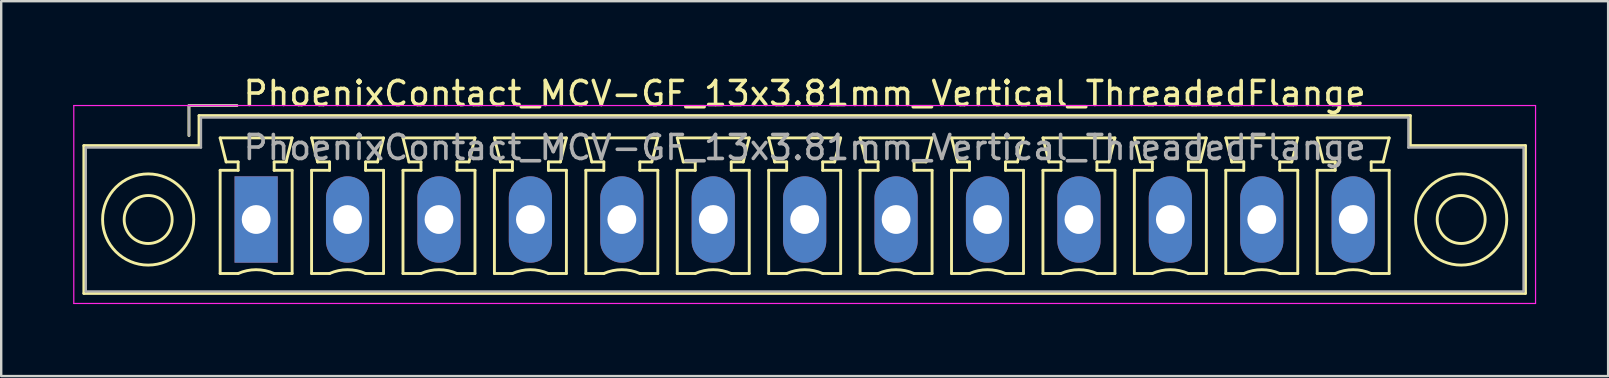
<source format=kicad_pcb>
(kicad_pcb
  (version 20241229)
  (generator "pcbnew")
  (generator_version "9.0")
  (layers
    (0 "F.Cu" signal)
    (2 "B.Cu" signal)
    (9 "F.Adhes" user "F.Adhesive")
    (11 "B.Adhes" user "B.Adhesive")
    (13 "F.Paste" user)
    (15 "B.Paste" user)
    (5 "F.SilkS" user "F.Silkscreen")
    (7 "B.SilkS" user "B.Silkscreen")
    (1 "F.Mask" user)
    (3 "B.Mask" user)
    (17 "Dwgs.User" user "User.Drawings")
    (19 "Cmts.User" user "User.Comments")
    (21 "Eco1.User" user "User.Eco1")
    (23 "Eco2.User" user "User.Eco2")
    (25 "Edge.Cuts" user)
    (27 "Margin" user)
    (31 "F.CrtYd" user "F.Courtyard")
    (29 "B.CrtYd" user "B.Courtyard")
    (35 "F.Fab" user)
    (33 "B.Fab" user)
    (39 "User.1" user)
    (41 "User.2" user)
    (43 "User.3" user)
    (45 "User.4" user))
  (footprint "PhoenixContact_MCV-GF_13x3.81mm_Vertical_ThreadedFlange"
    (layer "F.Cu")
    (at 7.625 6.098)
    (property "Reference" "PhoenixContact_MCV-GF_13x3.81mm_Vertical_ThreadedFlange" (at 22.86 -5.25 0) (layer "F.SilkS") (effects (font (size 1 1) (thickness 0.15))))
    (attr through_hole)
    (fp_line (start -7.18 -3.08) (end -7.18 3.08) (stroke (width 0.12) (type solid)) (layer "F.SilkS"))
    (fp_line (start -7.18 3.08) (end 52.9 3.08) (stroke (width 0.12) (type solid)) (layer "F.SilkS"))
    (fp_line (start -2.8 -4.75) (end -0.8 -4.75) (stroke (width 0.12) (type solid)) (layer "F.SilkS"))
    (fp_line (start -2.8 -3.5) (end -2.8 -4.75) (stroke (width 0.12) (type solid)) (layer "F.SilkS"))
    (fp_line (start -2.38 -4.33) (end -2.38 -3.08) (stroke (width 0.12) (type solid)) (layer "F.SilkS"))
    (fp_line (start -2.38 -3.08) (end -7.18 -3.08) (stroke (width 0.12) (type solid)) (layer "F.SilkS"))
    (fp_line (start -1.5 -3.4) (end 1.5 -3.4) (stroke (width 0.12) (type solid)) (layer "F.SilkS"))
    (fp_line (start -1.5 -2.05) (end -0.75 -2.05) (stroke (width 0.12) (type solid)) (layer "F.SilkS"))
    (fp_line (start -1.5 2.25) (end -1.5 -2.05) (stroke (width 0.12) (type solid)) (layer "F.SilkS"))
    (fp_line (start -1.25 -2.4) (end -1.5 -3.4) (stroke (width 0.12) (type solid)) (layer "F.SilkS"))
    (fp_line (start -0.75 -2.4) (end -1.25 -2.4) (stroke (width 0.12) (type solid)) (layer "F.SilkS"))
    (fp_line (start -0.75 -2.05) (end -0.75 -2.4) (stroke (width 0.12) (type solid)) (layer "F.SilkS"))
    (fp_line (start -0.75 2.25) (end -1.5 2.25) (stroke (width 0.12) (type solid)) (layer "F.SilkS"))
    (fp_line (start 0.75 -2.4) (end 0.75 -2.05) (stroke (width 0.12) (type solid)) (layer "F.SilkS"))
    (fp_line (start 0.75 -2.05) (end 1.5 -2.05) (stroke (width 0.12) (type solid)) (layer "F.SilkS"))
    (fp_line (start 1.25 -2.4) (end 0.75 -2.4) (stroke (width 0.12) (type solid)) (layer "F.SilkS"))
    (fp_line (start 1.5 -3.4) (end 1.25 -2.4) (stroke (width 0.12) (type solid)) (layer "F.SilkS"))
    (fp_line (start 1.5 -2.05) (end 1.5 2.25) (stroke (width 0.12) (type solid)) (layer "F.SilkS"))
    (fp_line (start 1.5 2.25) (end 0.75 2.25) (stroke (width 0.12) (type solid)) (layer "F.SilkS"))
    (fp_line (start 2.31 -3.4) (end 5.31 -3.4) (stroke (width 0.12) (type solid)) (layer "F.SilkS"))
    (fp_line (start 2.31 -2.05) (end 3.06 -2.05) (stroke (width 0.12) (type solid)) (layer "F.SilkS"))
    (fp_line (start 2.31 2.25) (end 2.31 -2.05) (stroke (width 0.12) (type solid)) (layer "F.SilkS"))
    (fp_line (start 2.56 -2.4) (end 2.31 -3.4) (stroke (width 0.12) (type solid)) (layer "F.SilkS"))
    (fp_line (start 3.06 -2.4) (end 2.56 -2.4) (stroke (width 0.12) (type solid)) (layer "F.SilkS"))
    (fp_line (start 3.06 -2.05) (end 3.06 -2.4) (stroke (width 0.12) (type solid)) (layer "F.SilkS"))
    (fp_line (start 3.06 2.25) (end 2.31 2.25) (stroke (width 0.12) (type solid)) (layer "F.SilkS"))
    (fp_line (start 4.56 -2.4) (end 4.56 -2.05) (stroke (width 0.12) (type solid)) (layer "F.SilkS"))
    (fp_line (start 4.56 -2.05) (end 5.31 -2.05) (stroke (width 0.12) (type solid)) (layer "F.SilkS"))
    (fp_line (start 5.06 -2.4) (end 4.56 -2.4) (stroke (width 0.12) (type solid)) (layer "F.SilkS"))
    (fp_line (start 5.31 -3.4) (end 5.06 -2.4) (stroke (width 0.12) (type solid)) (layer "F.SilkS"))
    (fp_line (start 5.31 -2.05) (end 5.31 2.25) (stroke (width 0.12) (type solid)) (layer "F.SilkS"))
    (fp_line (start 5.31 2.25) (end 4.56 2.25) (stroke (width 0.12) (type solid)) (layer "F.SilkS"))
    (fp_line (start 6.12 -3.4) (end 9.12 -3.4) (stroke (width 0.12) (type solid)) (layer "F.SilkS"))
    (fp_line (start 6.12 -2.05) (end 6.87 -2.05) (stroke (width 0.12) (type solid)) (layer "F.SilkS"))
    (fp_line (start 6.12 2.25) (end 6.12 -2.05) (stroke (width 0.12) (type solid)) (layer "F.SilkS"))
    (fp_line (start 6.37 -2.4) (end 6.12 -3.4) (stroke (width 0.12) (type solid)) (layer "F.SilkS"))
    (fp_line (start 6.87 -2.4) (end 6.37 -2.4) (stroke (width 0.12) (type solid)) (layer "F.SilkS"))
    (fp_line (start 6.87 -2.05) (end 6.87 -2.4) (stroke (width 0.12) (type solid)) (layer "F.SilkS"))
    (fp_line (start 6.87 2.25) (end 6.12 2.25) (stroke (width 0.12) (type solid)) (layer "F.SilkS"))
    (fp_line (start 8.37 -2.4) (end 8.37 -2.05) (stroke (width 0.12) (type solid)) (layer "F.SilkS"))
    (fp_line (start 8.37 -2.05) (end 9.12 -2.05) (stroke (width 0.12) (type solid)) (layer "F.SilkS"))
    (fp_line (start 8.87 -2.4) (end 8.37 -2.4) (stroke (width 0.12) (type solid)) (layer "F.SilkS"))
    (fp_line (start 9.12 -3.4) (end 8.87 -2.4) (stroke (width 0.12) (type solid)) (layer "F.SilkS"))
    (fp_line (start 9.12 -2.05) (end 9.12 2.25) (stroke (width 0.12) (type solid)) (layer "F.SilkS"))
    (fp_line (start 9.12 2.25) (end 8.37 2.25) (stroke (width 0.12) (type solid)) (layer "F.SilkS"))
    (fp_line (start 9.93 -3.4) (end 12.93 -3.4) (stroke (width 0.12) (type solid)) (layer "F.SilkS"))
    (fp_line (start 9.93 -2.05) (end 10.68 -2.05) (stroke (width 0.12) (type solid)) (layer "F.SilkS"))
    (fp_line (start 9.93 2.25) (end 9.93 -2.05) (stroke (width 0.12) (type solid)) (layer "F.SilkS"))
    (fp_line (start 10.18 -2.4) (end 9.93 -3.4) (stroke (width 0.12) (type solid)) (layer "F.SilkS"))
    (fp_line (start 10.68 -2.4) (end 10.18 -2.4) (stroke (width 0.12) (type solid)) (layer "F.SilkS"))
    (fp_line (start 10.68 -2.05) (end 10.68 -2.4) (stroke (width 0.12) (type solid)) (layer "F.SilkS"))
    (fp_line (start 10.68 2.25) (end 9.93 2.25) (stroke (width 0.12) (type solid)) (layer "F.SilkS"))
    (fp_line (start 12.18 -2.4) (end 12.18 -2.05) (stroke (width 0.12) (type solid)) (layer "F.SilkS"))
    (fp_line (start 12.18 -2.05) (end 12.93 -2.05) (stroke (width 0.12) (type solid)) (layer "F.SilkS"))
    (fp_line (start 12.68 -2.4) (end 12.18 -2.4) (stroke (width 0.12) (type solid)) (layer "F.SilkS"))
    (fp_line (start 12.93 -3.4) (end 12.68 -2.4) (stroke (width 0.12) (type solid)) (layer "F.SilkS"))
    (fp_line (start 12.93 -2.05) (end 12.93 2.25) (stroke (width 0.12) (type solid)) (layer "F.SilkS"))
    (fp_line (start 12.93 2.25) (end 12.18 2.25) (stroke (width 0.12) (type solid)) (layer "F.SilkS"))
    (fp_line (start 13.74 -3.4) (end 16.74 -3.4) (stroke (width 0.12) (type solid)) (layer "F.SilkS"))
    (fp_line (start 13.74 -2.05) (end 14.49 -2.05) (stroke (width 0.12) (type solid)) (layer "F.SilkS"))
    (fp_line (start 13.74 2.25) (end 13.74 -2.05) (stroke (width 0.12) (type solid)) (layer "F.SilkS"))
    (fp_line (start 13.99 -2.4) (end 13.74 -3.4) (stroke (width 0.12) (type solid)) (layer "F.SilkS"))
    (fp_line (start 14.49 -2.4) (end 13.99 -2.4) (stroke (width 0.12) (type solid)) (layer "F.SilkS"))
    (fp_line (start 14.49 -2.05) (end 14.49 -2.4) (stroke (width 0.12) (type solid)) (layer "F.SilkS"))
    (fp_line (start 14.49 2.25) (end 13.74 2.25) (stroke (width 0.12) (type solid)) (layer "F.SilkS"))
    (fp_line (start 15.99 -2.4) (end 15.99 -2.05) (stroke (width 0.12) (type solid)) (layer "F.SilkS"))
    (fp_line (start 15.99 -2.05) (end 16.74 -2.05) (stroke (width 0.12) (type solid)) (layer "F.SilkS"))
    (fp_line (start 16.49 -2.4) (end 15.99 -2.4) (stroke (width 0.12) (type solid)) (layer "F.SilkS"))
    (fp_line (start 16.74 -3.4) (end 16.49 -2.4) (stroke (width 0.12) (type solid)) (layer "F.SilkS"))
    (fp_line (start 16.74 -2.05) (end 16.74 2.25) (stroke (width 0.12) (type solid)) (layer "F.SilkS"))
    (fp_line (start 16.74 2.25) (end 15.99 2.25) (stroke (width 0.12) (type solid)) (layer "F.SilkS"))
    (fp_line (start 17.55 -3.4) (end 20.55 -3.4) (stroke (width 0.12) (type solid)) (layer "F.SilkS"))
    (fp_line (start 17.55 -2.05) (end 18.3 -2.05) (stroke (width 0.12) (type solid)) (layer "F.SilkS"))
    (fp_line (start 17.55 2.25) (end 17.55 -2.05) (stroke (width 0.12) (type solid)) (layer "F.SilkS"))
    (fp_line (start 17.8 -2.4) (end 17.55 -3.4) (stroke (width 0.12) (type solid)) (layer "F.SilkS"))
    (fp_line (start 18.3 -2.4) (end 17.8 -2.4) (stroke (width 0.12) (type solid)) (layer "F.SilkS"))
    (fp_line (start 18.3 -2.05) (end 18.3 -2.4) (stroke (width 0.12) (type solid)) (layer "F.SilkS"))
    (fp_line (start 18.3 2.25) (end 17.55 2.25) (stroke (width 0.12) (type solid)) (layer "F.SilkS"))
    (fp_line (start 19.8 -2.4) (end 19.8 -2.05) (stroke (width 0.12) (type solid)) (layer "F.SilkS"))
    (fp_line (start 19.8 -2.05) (end 20.55 -2.05) (stroke (width 0.12) (type solid)) (layer "F.SilkS"))
    (fp_line (start 20.3 -2.4) (end 19.8 -2.4) (stroke (width 0.12) (type solid)) (layer "F.SilkS"))
    (fp_line (start 20.55 -3.4) (end 20.3 -2.4) (stroke (width 0.12) (type solid)) (layer "F.SilkS"))
    (fp_line (start 20.55 -2.05) (end 20.55 2.25) (stroke (width 0.12) (type solid)) (layer "F.SilkS"))
    (fp_line (start 20.55 2.25) (end 19.8 2.25) (stroke (width 0.12) (type solid)) (layer "F.SilkS"))
    (fp_line (start 21.36 -3.4) (end 24.36 -3.4) (stroke (width 0.12) (type solid)) (layer "F.SilkS"))
    (fp_line (start 21.36 -2.05) (end 22.11 -2.05) (stroke (width 0.12) (type solid)) (layer "F.SilkS"))
    (fp_line (start 21.36 2.25) (end 21.36 -2.05) (stroke (width 0.12) (type solid)) (layer "F.SilkS"))
    (fp_line (start 21.61 -2.4) (end 21.36 -3.4) (stroke (width 0.12) (type solid)) (layer "F.SilkS"))
    (fp_line (start 22.11 -2.4) (end 21.61 -2.4) (stroke (width 0.12) (type solid)) (layer "F.SilkS"))
    (fp_line (start 22.11 -2.05) (end 22.11 -2.4) (stroke (width 0.12) (type solid)) (layer "F.SilkS"))
    (fp_line (start 22.11 2.25) (end 21.36 2.25) (stroke (width 0.12) (type solid)) (layer "F.SilkS"))
    (fp_line (start 23.61 -2.4) (end 23.61 -2.05) (stroke (width 0.12) (type solid)) (layer "F.SilkS"))
    (fp_line (start 23.61 -2.05) (end 24.36 -2.05) (stroke (width 0.12) (type solid)) (layer "F.SilkS"))
    (fp_line (start 24.11 -2.4) (end 23.61 -2.4) (stroke (width 0.12) (type solid)) (layer "F.SilkS"))
    (fp_line (start 24.36 -3.4) (end 24.11 -2.4) (stroke (width 0.12) (type solid)) (layer "F.SilkS"))
    (fp_line (start 24.36 -2.05) (end 24.36 2.25) (stroke (width 0.12) (type solid)) (layer "F.SilkS"))
    (fp_line (start 24.36 2.25) (end 23.61 2.25) (stroke (width 0.12) (type solid)) (layer "F.SilkS"))
    (fp_line (start 25.17 -3.4) (end 28.17 -3.4) (stroke (width 0.12) (type solid)) (layer "F.SilkS"))
    (fp_line (start 25.17 -2.05) (end 25.92 -2.05) (stroke (width 0.12) (type solid)) (layer "F.SilkS"))
    (fp_line (start 25.17 2.25) (end 25.17 -2.05) (stroke (width 0.12) (type solid)) (layer "F.SilkS"))
    (fp_line (start 25.42 -2.4) (end 25.17 -3.4) (stroke (width 0.12) (type solid)) (layer "F.SilkS"))
    (fp_line (start 25.92 -2.4) (end 25.42 -2.4) (stroke (width 0.12) (type solid)) (layer "F.SilkS"))
    (fp_line (start 25.92 -2.05) (end 25.92 -2.4) (stroke (width 0.12) (type solid)) (layer "F.SilkS"))
    (fp_line (start 25.92 2.25) (end 25.17 2.25) (stroke (width 0.12) (type solid)) (layer "F.SilkS"))
    (fp_line (start 27.42 -2.4) (end 27.42 -2.05) (stroke (width 0.12) (type solid)) (layer "F.SilkS"))
    (fp_line (start 27.42 -2.05) (end 28.17 -2.05) (stroke (width 0.12) (type solid)) (layer "F.SilkS"))
    (fp_line (start 27.92 -2.4) (end 27.42 -2.4) (stroke (width 0.12) (type solid)) (layer "F.SilkS"))
    (fp_line (start 28.17 -3.4) (end 27.92 -2.4) (stroke (width 0.12) (type solid)) (layer "F.SilkS"))
    (fp_line (start 28.17 -2.05) (end 28.17 2.25) (stroke (width 0.12) (type solid)) (layer "F.SilkS"))
    (fp_line (start 28.17 2.25) (end 27.42 2.25) (stroke (width 0.12) (type solid)) (layer "F.SilkS"))
    (fp_line (start 28.98 -3.4) (end 31.98 -3.4) (stroke (width 0.12) (type solid)) (layer "F.SilkS"))
    (fp_line (start 28.98 -2.05) (end 29.73 -2.05) (stroke (width 0.12) (type solid)) (layer "F.SilkS"))
    (fp_line (start 28.98 2.25) (end 28.98 -2.05) (stroke (width 0.12) (type solid)) (layer "F.SilkS"))
    (fp_line (start 29.23 -2.4) (end 28.98 -3.4) (stroke (width 0.12) (type solid)) (layer "F.SilkS"))
    (fp_line (start 29.73 -2.4) (end 29.23 -2.4) (stroke (width 0.12) (type solid)) (layer "F.SilkS"))
    (fp_line (start 29.73 -2.05) (end 29.73 -2.4) (stroke (width 0.12) (type solid)) (layer "F.SilkS"))
    (fp_line (start 29.73 2.25) (end 28.98 2.25) (stroke (width 0.12) (type solid)) (layer "F.SilkS"))
    (fp_line (start 31.23 -2.4) (end 31.23 -2.05) (stroke (width 0.12) (type solid)) (layer "F.SilkS"))
    (fp_line (start 31.23 -2.05) (end 31.98 -2.05) (stroke (width 0.12) (type solid)) (layer "F.SilkS"))
    (fp_line (start 31.73 -2.4) (end 31.23 -2.4) (stroke (width 0.12) (type solid)) (layer "F.SilkS"))
    (fp_line (start 31.98 -3.4) (end 31.73 -2.4) (stroke (width 0.12) (type solid)) (layer "F.SilkS"))
    (fp_line (start 31.98 -2.05) (end 31.98 2.25) (stroke (width 0.12) (type solid)) (layer "F.SilkS"))
    (fp_line (start 31.98 2.25) (end 31.23 2.25) (stroke (width 0.12) (type solid)) (layer "F.SilkS"))
    (fp_line (start 32.79 -3.4) (end 35.79 -3.4) (stroke (width 0.12) (type solid)) (layer "F.SilkS"))
    (fp_line (start 32.79 -2.05) (end 33.54 -2.05) (stroke (width 0.12) (type solid)) (layer "F.SilkS"))
    (fp_line (start 32.79 2.25) (end 32.79 -2.05) (stroke (width 0.12) (type solid)) (layer "F.SilkS"))
    (fp_line (start 33.04 -2.4) (end 32.79 -3.4) (stroke (width 0.12) (type solid)) (layer "F.SilkS"))
    (fp_line (start 33.54 -2.4) (end 33.04 -2.4) (stroke (width 0.12) (type solid)) (layer "F.SilkS"))
    (fp_line (start 33.54 -2.05) (end 33.54 -2.4) (stroke (width 0.12) (type solid)) (layer "F.SilkS"))
    (fp_line (start 33.54 2.25) (end 32.79 2.25) (stroke (width 0.12) (type solid)) (layer "F.SilkS"))
    (fp_line (start 35.04 -2.4) (end 35.04 -2.05) (stroke (width 0.12) (type solid)) (layer "F.SilkS"))
    (fp_line (start 35.04 -2.05) (end 35.79 -2.05) (stroke (width 0.12) (type solid)) (layer "F.SilkS"))
    (fp_line (start 35.54 -2.4) (end 35.04 -2.4) (stroke (width 0.12) (type solid)) (layer "F.SilkS"))
    (fp_line (start 35.79 -3.4) (end 35.54 -2.4) (stroke (width 0.12) (type solid)) (layer "F.SilkS"))
    (fp_line (start 35.79 -2.05) (end 35.79 2.25) (stroke (width 0.12) (type solid)) (layer "F.SilkS"))
    (fp_line (start 35.79 2.25) (end 35.04 2.25) (stroke (width 0.12) (type solid)) (layer "F.SilkS"))
    (fp_line (start 36.6 -3.4) (end 39.6 -3.4) (stroke (width 0.12) (type solid)) (layer "F.SilkS"))
    (fp_line (start 36.6 -2.05) (end 37.35 -2.05) (stroke (width 0.12) (type solid)) (layer "F.SilkS"))
    (fp_line (start 36.6 2.25) (end 36.6 -2.05) (stroke (width 0.12) (type solid)) (layer "F.SilkS"))
    (fp_line (start 36.85 -2.4) (end 36.6 -3.4) (stroke (width 0.12) (type solid)) (layer "F.SilkS"))
    (fp_line (start 37.35 -2.4) (end 36.85 -2.4) (stroke (width 0.12) (type solid)) (layer "F.SilkS"))
    (fp_line (start 37.35 -2.05) (end 37.35 -2.4) (stroke (width 0.12) (type solid)) (layer "F.SilkS"))
    (fp_line (start 37.35 2.25) (end 36.6 2.25) (stroke (width 0.12) (type solid)) (layer "F.SilkS"))
    (fp_line (start 38.85 -2.4) (end 38.85 -2.05) (stroke (width 0.12) (type solid)) (layer "F.SilkS"))
    (fp_line (start 38.85 -2.05) (end 39.6 -2.05) (stroke (width 0.12) (type solid)) (layer "F.SilkS"))
    (fp_line (start 39.35 -2.4) (end 38.85 -2.4) (stroke (width 0.12) (type solid)) (layer "F.SilkS"))
    (fp_line (start 39.6 -3.4) (end 39.35 -2.4) (stroke (width 0.12) (type solid)) (layer "F.SilkS"))
    (fp_line (start 39.6 -2.05) (end 39.6 2.25) (stroke (width 0.12) (type solid)) (layer "F.SilkS"))
    (fp_line (start 39.6 2.25) (end 38.85 2.25) (stroke (width 0.12) (type solid)) (layer "F.SilkS"))
    (fp_line (start 40.41 -3.4) (end 43.41 -3.4) (stroke (width 0.12) (type solid)) (layer "F.SilkS"))
    (fp_line (start 40.41 -2.05) (end 41.16 -2.05) (stroke (width 0.12) (type solid)) (layer "F.SilkS"))
    (fp_line (start 40.41 2.25) (end 40.41 -2.05) (stroke (width 0.12) (type solid)) (layer "F.SilkS"))
    (fp_line (start 40.66 -2.4) (end 40.41 -3.4) (stroke (width 0.12) (type solid)) (layer "F.SilkS"))
    (fp_line (start 41.16 -2.4) (end 40.66 -2.4) (stroke (width 0.12) (type solid)) (layer "F.SilkS"))
    (fp_line (start 41.16 -2.05) (end 41.16 -2.4) (stroke (width 0.12) (type solid)) (layer "F.SilkS"))
    (fp_line (start 41.16 2.25) (end 40.41 2.25) (stroke (width 0.12) (type solid)) (layer "F.SilkS"))
    (fp_line (start 42.66 -2.4) (end 42.66 -2.05) (stroke (width 0.12) (type solid)) (layer "F.SilkS"))
    (fp_line (start 42.66 -2.05) (end 43.41 -2.05) (stroke (width 0.12) (type solid)) (layer "F.SilkS"))
    (fp_line (start 43.16 -2.4) (end 42.66 -2.4) (stroke (width 0.12) (type solid)) (layer "F.SilkS"))
    (fp_line (start 43.41 -3.4) (end 43.16 -2.4) (stroke (width 0.12) (type solid)) (layer "F.SilkS"))
    (fp_line (start 43.41 -2.05) (end 43.41 2.25) (stroke (width 0.12) (type solid)) (layer "F.SilkS"))
    (fp_line (start 43.41 2.25) (end 42.66 2.25) (stroke (width 0.12) (type solid)) (layer "F.SilkS"))
    (fp_line (start 44.22 -3.4) (end 47.22 -3.4) (stroke (width 0.12) (type solid)) (layer "F.SilkS"))
    (fp_line (start 44.22 -2.05) (end 44.97 -2.05) (stroke (width 0.12) (type solid)) (layer "F.SilkS"))
    (fp_line (start 44.22 2.25) (end 44.22 -2.05) (stroke (width 0.12) (type solid)) (layer "F.SilkS"))
    (fp_line (start 44.47 -2.4) (end 44.22 -3.4) (stroke (width 0.12) (type solid)) (layer "F.SilkS"))
    (fp_line (start 44.97 -2.4) (end 44.47 -2.4) (stroke (width 0.12) (type solid)) (layer "F.SilkS"))
    (fp_line (start 44.97 -2.05) (end 44.97 -2.4) (stroke (width 0.12) (type solid)) (layer "F.SilkS"))
    (fp_line (start 44.97 2.25) (end 44.22 2.25) (stroke (width 0.12) (type solid)) (layer "F.SilkS"))
    (fp_line (start 46.47 -2.4) (end 46.47 -2.05) (stroke (width 0.12) (type solid)) (layer "F.SilkS"))
    (fp_line (start 46.47 -2.05) (end 47.22 -2.05) (stroke (width 0.12) (type solid)) (layer "F.SilkS"))
    (fp_line (start 46.97 -2.4) (end 46.47 -2.4) (stroke (width 0.12) (type solid)) (layer "F.SilkS"))
    (fp_line (start 47.22 -3.4) (end 46.97 -2.4) (stroke (width 0.12) (type solid)) (layer "F.SilkS"))
    (fp_line (start 47.22 -2.05) (end 47.22 2.25) (stroke (width 0.12) (type solid)) (layer "F.SilkS"))
    (fp_line (start 47.22 2.25) (end 46.47 2.25) (stroke (width 0.12) (type solid)) (layer "F.SilkS"))
    (fp_line (start 48.1 -4.33) (end -2.38 -4.33) (stroke (width 0.12) (type solid)) (layer "F.SilkS"))
    (fp_line (start 48.1 -3.08) (end 48.1 -4.33) (stroke (width 0.12) (type solid)) (layer "F.SilkS"))
    (fp_line (start 52.9 -3.08) (end 48.1 -3.08) (stroke (width 0.12) (type solid)) (layer "F.SilkS"))
    (fp_line (start 52.9 3.08) (end 52.9 -3.08) (stroke (width 0.12) (type solid)) (layer "F.SilkS"))
    (fp_arc (start -0.75 2.25) (mid -0.000193 2.09191) (end 0.749647 2.249844) (stroke (width 0.12) (type solid)) (layer "F.SilkS"))
    (fp_arc (start 3.06 2.25) (mid 3.809807 2.09191) (end 4.559647 2.249844) (stroke (width 0.12) (type solid)) (layer "F.SilkS"))
    (fp_arc (start 6.87 2.25) (mid 7.619807 2.09191) (end 8.369647 2.249844) (stroke (width 0.12) (type solid)) (layer "F.SilkS"))
    (fp_arc (start 10.68 2.25) (mid 11.429807 2.09191) (end 12.179647 2.249844) (stroke (width 0.12) (type solid)) (layer "F.SilkS"))
    (fp_arc (start 14.49 2.25) (mid 15.239807 2.09191) (end 15.989647 2.249844) (stroke (width 0.12) (type solid)) (layer "F.SilkS"))
    (fp_arc (start 18.3 2.25) (mid 19.049807 2.09191) (end 19.799647 2.249844) (stroke (width 0.12) (type solid)) (layer "F.SilkS"))
    (fp_arc (start 22.11 2.25) (mid 22.859807 2.09191) (end 23.609647 2.249844) (stroke (width 0.12) (type solid)) (layer "F.SilkS"))
    (fp_arc (start 25.92 2.25) (mid 26.669807 2.09191) (end 27.419647 2.249844) (stroke (width 0.12) (type solid)) (layer "F.SilkS"))
    (fp_arc (start 29.73 2.25) (mid 30.479807 2.09191) (end 31.229647 2.249844) (stroke (width 0.12) (type solid)) (layer "F.SilkS"))
    (fp_arc (start 33.54 2.25) (mid 34.289807 2.09191) (end 35.039647 2.249844) (stroke (width 0.12) (type solid)) (layer "F.SilkS"))
    (fp_arc (start 37.35 2.25) (mid 38.099807 2.09191) (end 38.849647 2.249844) (stroke (width 0.12) (type solid)) (layer "F.SilkS"))
    (fp_arc (start 41.16 2.25) (mid 41.909807 2.09191) (end 42.659647 2.249844) (stroke (width 0.12) (type solid)) (layer "F.SilkS"))
    (fp_arc (start 44.97 2.25) (mid 45.719807 2.09191) (end 46.469647 2.249844) (stroke (width 0.12) (type solid)) (layer "F.SilkS"))
    (fp_circle (center -4.5 0) (end -3.5 0) (stroke (width 0.12) (type solid)) (fill no) (layer "F.SilkS"))
    (fp_circle (center -4.5 0) (end -2.6 0) (stroke (width 0.12) (type solid)) (fill no) (layer "F.SilkS"))
    (fp_circle (center 50.22 0) (end 51.22 0) (stroke (width 0.12) (type solid)) (fill no) (layer "F.SilkS"))
    (fp_circle (center 50.22 0) (end 52.12 0) (stroke (width 0.12) (type solid)) (fill no) (layer "F.SilkS"))
    (fp_line (start -7.6 -4.75) (end -7.6 3.5) (stroke (width 0.05) (type solid)) (layer "F.CrtYd"))
    (fp_line (start -7.6 3.5) (end 53.32 3.5) (stroke (width 0.05) (type solid)) (layer "F.CrtYd"))
    (fp_line (start 53.32 -4.75) (end -7.6 -4.75) (stroke (width 0.05) (type solid)) (layer "F.CrtYd"))
    (fp_line (start 53.32 3.5) (end 53.32 -4.75) (stroke (width 0.05) (type solid)) (layer "F.CrtYd"))
    (fp_line (start -7.1 -3) (end -7.1 3) (stroke (width 0.1) (type solid)) (layer "F.Fab"))
    (fp_line (start -7.1 3) (end 52.82 3) (stroke (width 0.1) (type solid)) (layer "F.Fab"))
    (fp_line (start -2.8 -4.75) (end -0.8 -4.75) (stroke (width 0.1) (type solid)) (layer "F.Fab"))
    (fp_line (start -2.8 -3.5) (end -2.8 -4.75) (stroke (width 0.1) (type solid)) (layer "F.Fab"))
    (fp_line (start -2.3 -4.25) (end -2.3 -3) (stroke (width 0.1) (type solid)) (layer "F.Fab"))
    (fp_line (start -2.3 -3) (end -7.1 -3) (stroke (width 0.1) (type solid)) (layer "F.Fab"))
    (fp_line (start 48.02 -4.25) (end -2.3 -4.25) (stroke (width 0.1) (type solid)) (layer "F.Fab"))
    (fp_line (start 48.02 -3) (end 48.02 -4.25) (stroke (width 0.1) (type solid)) (layer "F.Fab"))
    (fp_line (start 52.82 -3) (end 48.02 -3) (stroke (width 0.1) (type solid)) (layer "F.Fab"))
    (fp_line (start 52.82 3) (end 52.82 -3) (stroke (width 0.1) (type solid)) (layer "F.Fab"))
    (fp_text user "${REFERENCE}" (at 22.86 -3 0) (layer "F.Fab") (effects (font (size 1 1) (thickness 0.15))))
    (pad "1" thru_hole rect (at 0 0) (size 1.8 3.6) (drill 1.2) (layers "*.Cu" "*.Mask"))
    (pad "2" thru_hole oval (at 3.81 0) (size 1.8 3.6) (drill 1.2) (layers "*.Cu" "*.Mask"))
    (pad "3" thru_hole oval (at 7.62 0) (size 1.8 3.6) (drill 1.2) (layers "*.Cu" "*.Mask"))
    (pad "4" thru_hole oval (at 11.43 0) (size 1.8 3.6) (drill 1.2) (layers "*.Cu" "*.Mask"))
    (pad "5" thru_hole oval (at 15.24 0) (size 1.8 3.6) (drill 1.2) (layers "*.Cu" "*.Mask"))
    (pad "6" thru_hole oval (at 19.05 0) (size 1.8 3.6) (drill 1.2) (layers "*.Cu" "*.Mask"))
    (pad "7" thru_hole oval (at 22.86 0) (size 1.8 3.6) (drill 1.2) (layers "*.Cu" "*.Mask"))
    (pad "8" thru_hole oval (at 26.67 0) (size 1.8 3.6) (drill 1.2) (layers "*.Cu" "*.Mask"))
    (pad "9" thru_hole oval (at 30.48 0) (size 1.8 3.6) (drill 1.2) (layers "*.Cu" "*.Mask"))
    (pad "10" thru_hole oval (at 34.29 0) (size 1.8 3.6) (drill 1.2) (layers "*.Cu" "*.Mask"))
    (pad "11" thru_hole oval (at 38.1 0) (size 1.8 3.6) (drill 1.2) (layers "*.Cu" "*.Mask"))
    (pad "12" thru_hole oval (at 41.91 0) (size 1.8 3.6) (drill 1.2) (layers "*.Cu" "*.Mask"))
    (pad "13" thru_hole oval (at 45.72 0) (size 1.8 3.6) (drill 1.2) (layers "*.Cu" "*.Mask")))
  (gr_rect
    (start -3 -3)
    (end 63.97 12.623)
    (stroke (width 0.1) (type default))
    (fill no)
    (layer "Edge.Cuts")))
</source>
